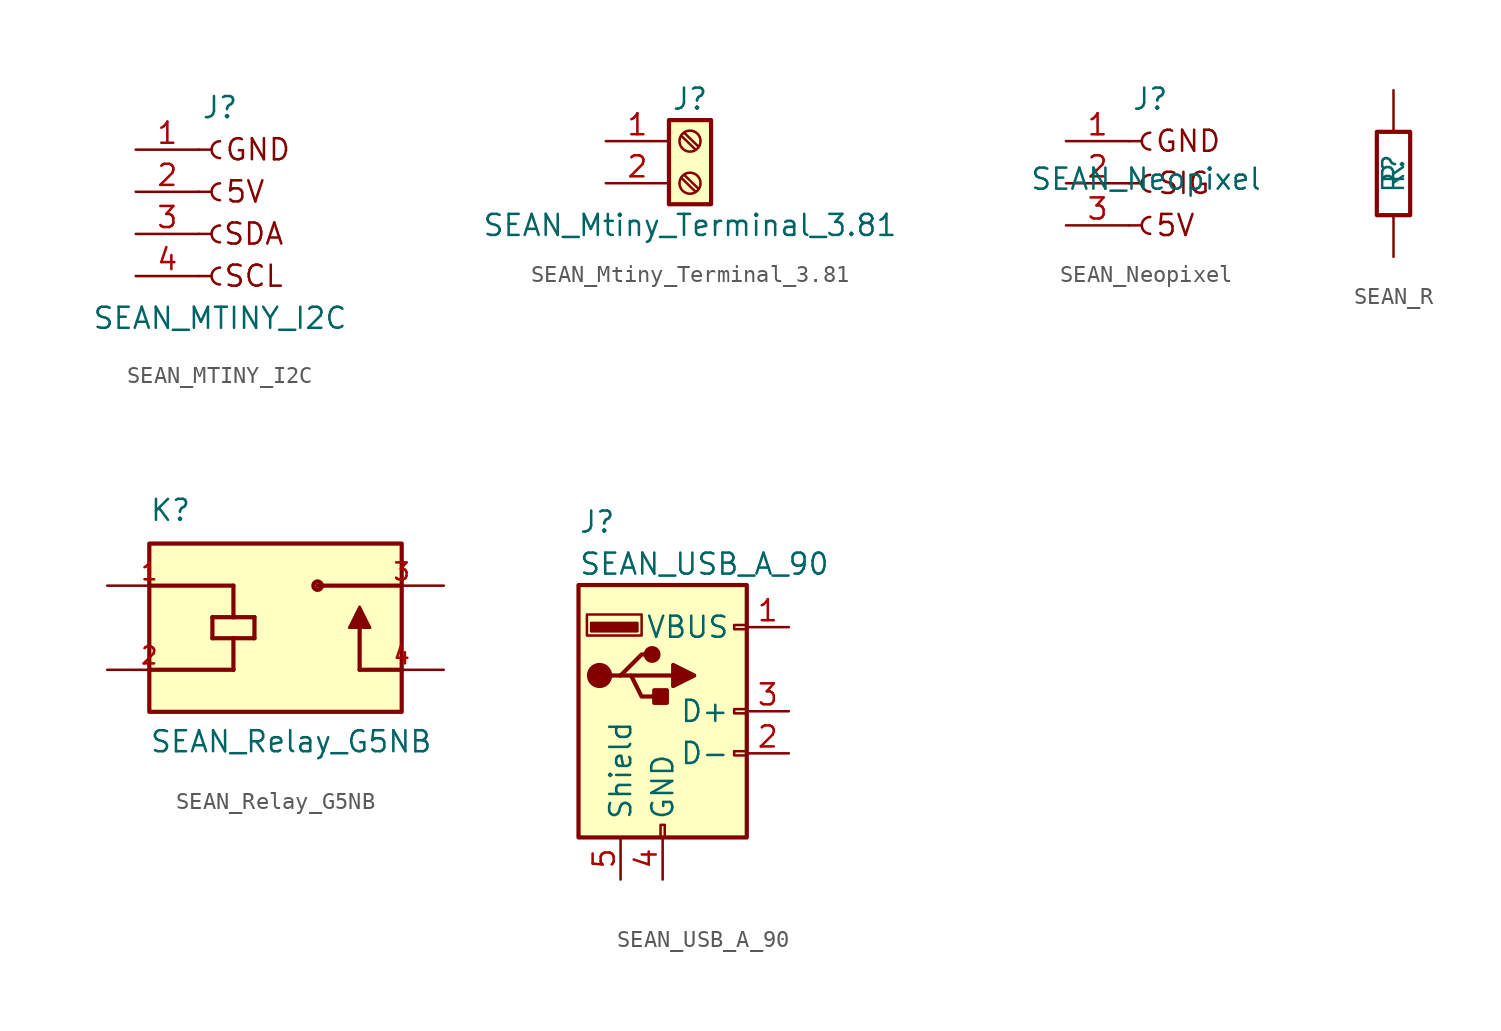
<source format=kicad_sym>
(kicad_symbol_lib
  (version 20231120)
  (generator "kicad_symbol_editor")
  (generator_version "8.0")
  (symbol "SEAN_MTINY_I2C"
    (pin_names
      (offset 1.016) hide)
    (property "Reference" "J"
      (at 0 5.08 0)
      (effects (font (size 1.27 1.27))))
    (property "Value" "SEAN_MTINY_I2C"
      (at 0 -7.62 0)
      (effects (font (size 1.27 1.27))))
    (symbol "SEAN_MTINY_I2C_1_1"
      (arc (start 0 -4.572) (mid -0.5058 -5.08) (end 0 -5.588) (stroke (width 0.1524) (type default)) (fill (type none)))
      (arc (start 0 -2.032) (mid -0.5058 -2.54) (end 0 -3.048) (stroke (width 0.1524) (type default)) (fill (type none)))
      (polyline (pts (xy -1.27 -5.08) (xy -0.508 -5.08)) (stroke (width 0.152) (type default)) (fill (type none)))
      (polyline (pts (xy -1.27 -2.54) (xy -0.508 -2.54)) (stroke (width 0.152) (type default)) (fill (type none)))
      (polyline (pts (xy -1.27 0) (xy -0.508 0)) (stroke (width 0.152) (type default)) (fill (type none)))
      (polyline (pts (xy -1.27 2.54) (xy -0.508 2.54)) (stroke (width 0.152) (type default)) (fill (type none)))
      (arc (start 0 0.508) (mid -0.5058 0) (end 0 -0.508) (stroke (width 0.1524) (type default)) (fill (type none)))
      (arc (start 0 3.048) (mid -0.5058 2.54) (end 0 2.032) (stroke (width 0.1524) (type default)) (fill (type none)))
      (text "5V\n" (at 1.524 0 0) (effects (font (size 1.27 1.27))))
      (text "GND\n" (at 2.286 2.54 0) (effects (font (size 1.27 1.27))))
      (text "SCL" (at 2.032 -5.08 0) (effects (font (size 1.27 1.27))))
      (text "SDA\n" (at 2.032 -2.54 0) (effects (font (size 1.27 1.27))))
      (pin passive line (at -5.08 2.54 0) (length 3.81) (name "GND" (effects (font (size 1.27 1.27)))) (number "1" (effects (font (size 1.27 1.27)))))
      (pin passive line (at -5.08 0 0) (length 3.81) (name "5V" (effects (font (size 1.27 1.27)))) (number "2" (effects (font (size 1.27 1.27)))))
      (pin passive line (at -5.08 -2.54 0) (length 3.81) (name "SDA" (effects (font (size 1.27 1.27)))) (number "3" (effects (font (size 1.27 1.27)))))
      (pin passive line (at -5.08 -5.08 0) (length 3.81) (name "SCL" (effects (font (size 1.27 1.27)))) (number "4" (effects (font (size 1.27 1.27)))))))
  (symbol "SEAN_Mtiny_Terminal_3.81"
    (pin_names
      (offset 1.016) hide)
    (property "Reference" "J"
      (at 0 2.54 0)
      (effects (font (size 1.27 1.27))))
    (property "Value" "SEAN_Mtiny_Terminal_3.81"
      (at 0 -5.08 0)
      (effects (font (size 1.27 1.27))))
    (symbol "SEAN_Mtiny_Terminal_3.81_1_1"
      (rectangle (start -1.27 1.27) (end 1.27 -3.81) (stroke (width 0.254) (type default)) (fill (type background)))
      (circle (center 0 -2.54) (radius 0.635) (stroke (width 0.152) (type default)) (fill (type none)))
      (polyline (pts (xy -0.533 -2.21) (xy 0.33 -3.048)) (stroke (width 0.152) (type default)) (fill (type none)))
      (polyline (pts (xy -0.533 0.33) (xy 0.33 -0.508)) (stroke (width 0.152) (type default)) (fill (type none)))
      (polyline (pts (xy -0.356 -2.032) (xy 0.508 -2.87)) (stroke (width 0.152) (type default)) (fill (type none)))
      (polyline (pts (xy -0.356 0.508) (xy 0.508 -0.33)) (stroke (width 0.152) (type default)) (fill (type none)))
      (circle (center 0 0) (radius 0.635) (stroke (width 0.152) (type default)) (fill (type none)))
      (pin passive line (at -5.08 0 0) (length 3.81) (name "Pin_1" (effects (font (size 1.27 1.27)))) (number "1" (effects (font (size 1.27 1.27)))))
      (pin passive line (at -5.08 -2.54 0) (length 3.81) (name "Pin_2" (effects (font (size 1.27 1.27)))) (number "2" (effects (font (size 1.27 1.27)))))))
  (symbol "SEAN_Neopixel"
    (pin_names
      (offset 1.016) hide)
    (property "Reference" "J"
      (at 0 5.08 0)
      (effects (font (size 1.27 1.27))))
    (property "Value" "SEAN_Neopixel"
      (at -0.254 0.254 0)
      (effects (font (size 1.27 1.27))))
    (symbol "SEAN_Neopixel_1_1"
      (arc (start 0 -2.032) (mid -0.5058 -2.54) (end 0 -3.048) (stroke (width 0.1524) (type default)) (fill (type none)))
      (polyline (pts (xy -1.27 -2.54) (xy -0.508 -2.54)) (stroke (width 0.152) (type default)) (fill (type none)))
      (polyline (pts (xy -1.27 0) (xy -0.508 0)) (stroke (width 0.152) (type default)) (fill (type none)))
      (polyline (pts (xy -1.27 2.54) (xy -0.508 2.54)) (stroke (width 0.152) (type default)) (fill (type none)))
      (arc (start 0 0.508) (mid -0.5058 0) (end 0 -0.508) (stroke (width 0.1524) (type default)) (fill (type none)))
      (arc (start 0 3.048) (mid -0.5058 2.54) (end 0 2.032) (stroke (width 0.1524) (type default)) (fill (type none)))
      (text "5V\n" (at 1.524 -2.54 0) (effects (font (size 1.27 1.27))))
      (text "GND\n" (at 2.286 2.54 0) (effects (font (size 1.27 1.27))))
      (text "SIG" (at 2.032 0 0) (effects (font (size 1.27 1.27))))
      (pin passive line (at -5.08 2.54 0) (length 3.81) (name "GND" (effects (font (size 1.27 1.27)))) (number "1" (effects (font (size 1.27 1.27)))))
      (pin passive line (at -5.08 0 0) (length 3.81) (name "5V" (effects (font (size 1.27 1.27)))) (number "2" (effects (font (size 1.27 1.27)))))
      (pin passive line (at -5.08 -2.54 0) (length 3.81) (name "SDA" (effects (font (size 1.27 1.27)))) (number "3" (effects (font (size 1.27 1.27)))))))
  (symbol "SEAN_R"
    (pin_numbers hide)
    (pin_names
      (offset 0))
    (property "Reference" "R"
      (at 0 0 90)
      (effects (font (size 1.27 1.27))))
    (property "Value" "R"
      (at 0 0 90)
      (effects (font (size 1.27 1.27))))
    (symbol "SEAN_R_0_1"
      (rectangle (start -1.016 2.54) (end 1.016 -2.54) (stroke (width 0.254) (type default)) (fill (type none))))
    (symbol "SEAN_R_1_1"
      (pin passive line (at 0 5.08 270) (length 2.5) (name "~" (effects (font (size 1.27 1.27)))) (number "1" (effects (font (size 1.27 1.27)))))
      (pin passive line (at 0 -5.08 90) (length 2.5) (name "~" (effects (font (size 1.27 1.27)))) (number "2" (effects (font (size 1.27 1.27)))))))
  (symbol "SEAN_Relay_G5NB"
    (pin_names
      (offset 1.016))
    (property "Reference" "K"
      (at -7.62 6.35 0)
      (effects (font (size 1.27 1.27)) (justify left bottom)))
    (property "Value" "SEAN_Relay_G5NB"
      (at -7.62 -7.62 0)
      (effects (font (size 1.27 1.27)) (justify left bottom)))
    (symbol "SEAN_Relay_G5NB_0_0"
      (rectangle (start -7.62 5.08) (end 7.62 -5.08) (stroke (width 0.254) (type default)) (fill (type background)))
      (polyline (pts (xy -7.62 -2.54) (xy -2.54 -2.54)) (stroke (width 0.254) (type default)) (fill (type none)))
      (polyline (pts (xy -7.62 2.54) (xy -2.54 2.54)) (stroke (width 0.254) (type default)) (fill (type none)))
      (polyline (pts (xy -3.81 -0.635) (xy -3.81 0.635)) (stroke (width 0.254) (type default)) (fill (type none)))
      (polyline (pts (xy -3.81 0.635) (xy -2.54 0.635)) (stroke (width 0.254) (type default)) (fill (type none)))
      (polyline (pts (xy -2.54 -0.635) (xy -3.81 -0.635)) (stroke (width 0.254) (type default)) (fill (type none)))
      (polyline (pts (xy -2.54 -0.635) (xy -2.54 -2.54)) (stroke (width 0.254) (type default)) (fill (type none)))
      (polyline (pts (xy -2.54 0.635) (xy -1.27 0.635)) (stroke (width 0.254) (type default)) (fill (type none)))
      (polyline (pts (xy -2.54 2.54) (xy -2.54 0.635)) (stroke (width 0.254) (type default)) (fill (type none)))
      (polyline (pts (xy -1.27 -0.635) (xy -2.54 -0.635)) (stroke (width 0.254) (type default)) (fill (type none)))
      (polyline (pts (xy -1.27 0.635) (xy -1.27 -0.635)) (stroke (width 0.254) (type default)) (fill (type none)))
      (polyline (pts (xy 5.08 -2.54) (xy 5.08 0)) (stroke (width 0.254) (type default)) (fill (type none)))
      (polyline (pts (xy 7.62 -2.54) (xy 5.08 -2.54)) (stroke (width 0.254) (type default)) (fill (type none)))
      (polyline (pts (xy 7.62 2.54) (xy 2.54 2.54)) (stroke (width 0.254) (type default)) (fill (type none)))
      (polyline (pts (xy 4.445 0) (xy 5.715 0) (xy 5.08 1.27) (xy 4.445 0)) (stroke (width 0.152) (type default)) (fill (type outline)))
      (circle (center 2.54 2.54) (radius 0.254) (stroke (width 0.254) (type default)) (fill (type none)))
      (pin passive line (at -10.16 2.54 0) (length 5.08) (name "~" (effects (font (size 1.016 1.016)))) (number "1" (effects (font (size 1.016 1.016)))))
      (pin passive line (at -10.16 -2.54 0) (length 5.08) (name "~" (effects (font (size 1.016 1.016)))) (number "2" (effects (font (size 1.016 1.016)))))
      (pin passive line (at 10.16 2.54 180) (length 5.08) (name "~" (effects (font (size 1.016 1.016)))) (number "3" (effects (font (size 1.016 1.016)))))
      (pin passive line (at 10.16 -2.54 180) (length 5.08) (name "~" (effects (font (size 1.016 1.016)))) (number "4" (effects (font (size 1.016 1.016)))))))
  (symbol "SEAN_USB_A_90"
    (pin_names
      (offset 1.016))
    (property "Reference" "J"
      (at -5.08 11.43 0)
      (effects (font (size 1.27 1.27)) (justify left)))
    (property "Value" "SEAN_USB_A_90"
      (at -5.08 8.89 0)
      (effects (font (size 1.27 1.27)) (justify left)))
    (symbol "SEAN_USB_A_90_0_1"
      (rectangle (start -5.08 -7.62) (end 5.08 7.62) (stroke (width 0.254) (type default)) (fill (type background)))
      (circle (center -3.81 2.159) (radius 0.635) (stroke (width 0.254) (type default)) (fill (type outline)))
      (rectangle (start -1.524 4.826) (end -4.318 5.334) (stroke (width 0) (type default)) (fill (type outline)))
      (rectangle (start -1.27 4.572) (end -4.572 5.842) (stroke (width 0) (type default)) (fill (type none)))
      (circle (center -0.635 3.429) (radius 0.381) (stroke (width 0.254) (type default)) (fill (type outline)))
      (rectangle (start -0.127 -7.62) (end 0.127 -6.858) (stroke (width 0) (type default)) (fill (type none)))
      (polyline (pts (xy -3.175 2.159) (xy -2.54 2.159) (xy -1.27 3.429) (xy -0.635 3.429)) (stroke (width 0.254) (type default)) (fill (type none)))
      (polyline (pts (xy -2.54 2.159) (xy -1.905 2.159) (xy -1.27 0.889) (xy 0 0.889)) (stroke (width 0.254) (type default)) (fill (type none)))
      (polyline (pts (xy 0.635 2.794) (xy 0.635 1.524) (xy 1.905 2.159) (xy 0.635 2.794)) (stroke (width 0.254) (type default)) (fill (type outline)))
      (rectangle (start 0.254 1.27) (end -0.508 0.508) (stroke (width 0.254) (type default)) (fill (type outline)))
      (rectangle (start 5.08 -2.667) (end 4.318 -2.413) (stroke (width 0) (type default)) (fill (type none)))
      (rectangle (start 5.08 -0.127) (end 4.318 0.127) (stroke (width 0) (type default)) (fill (type none)))
      (rectangle (start 5.08 4.953) (end 4.318 5.207) (stroke (width 0) (type default)) (fill (type none))))
    (symbol "SEAN_USB_A_90_1_1"
      (polyline (pts (xy -1.905 2.159) (xy 0.635 2.159)) (stroke (width 0.254) (type default)) (fill (type none)))
      (pin power_in line (at 7.62 5.08 180) (length 2.54) (name "VBUS" (effects (font (size 1.27 1.27)))) (number "1" (effects (font (size 1.27 1.27)))))
      (pin bidirectional line (at 7.62 -2.54 180) (length 2.54) (name "D-" (effects (font (size 1.27 1.27)))) (number "2" (effects (font (size 1.27 1.27)))))
      (pin bidirectional line (at 7.62 0 180) (length 2.54) (name "D+" (effects (font (size 1.27 1.27)))) (number "3" (effects (font (size 1.27 1.27)))))
      (pin power_in line (at 0 -10.16 90) (length 2.54) (name "GND" (effects (font (size 1.27 1.27)))) (number "4" (effects (font (size 1.27 1.27)))))
      (pin passive line (at -2.54 -10.16 90) (length 2.54) (name "Shield" (effects (font (size 1.27 1.27)))) (number "5" (effects (font (size 1.27 1.27))))))))
</source>
